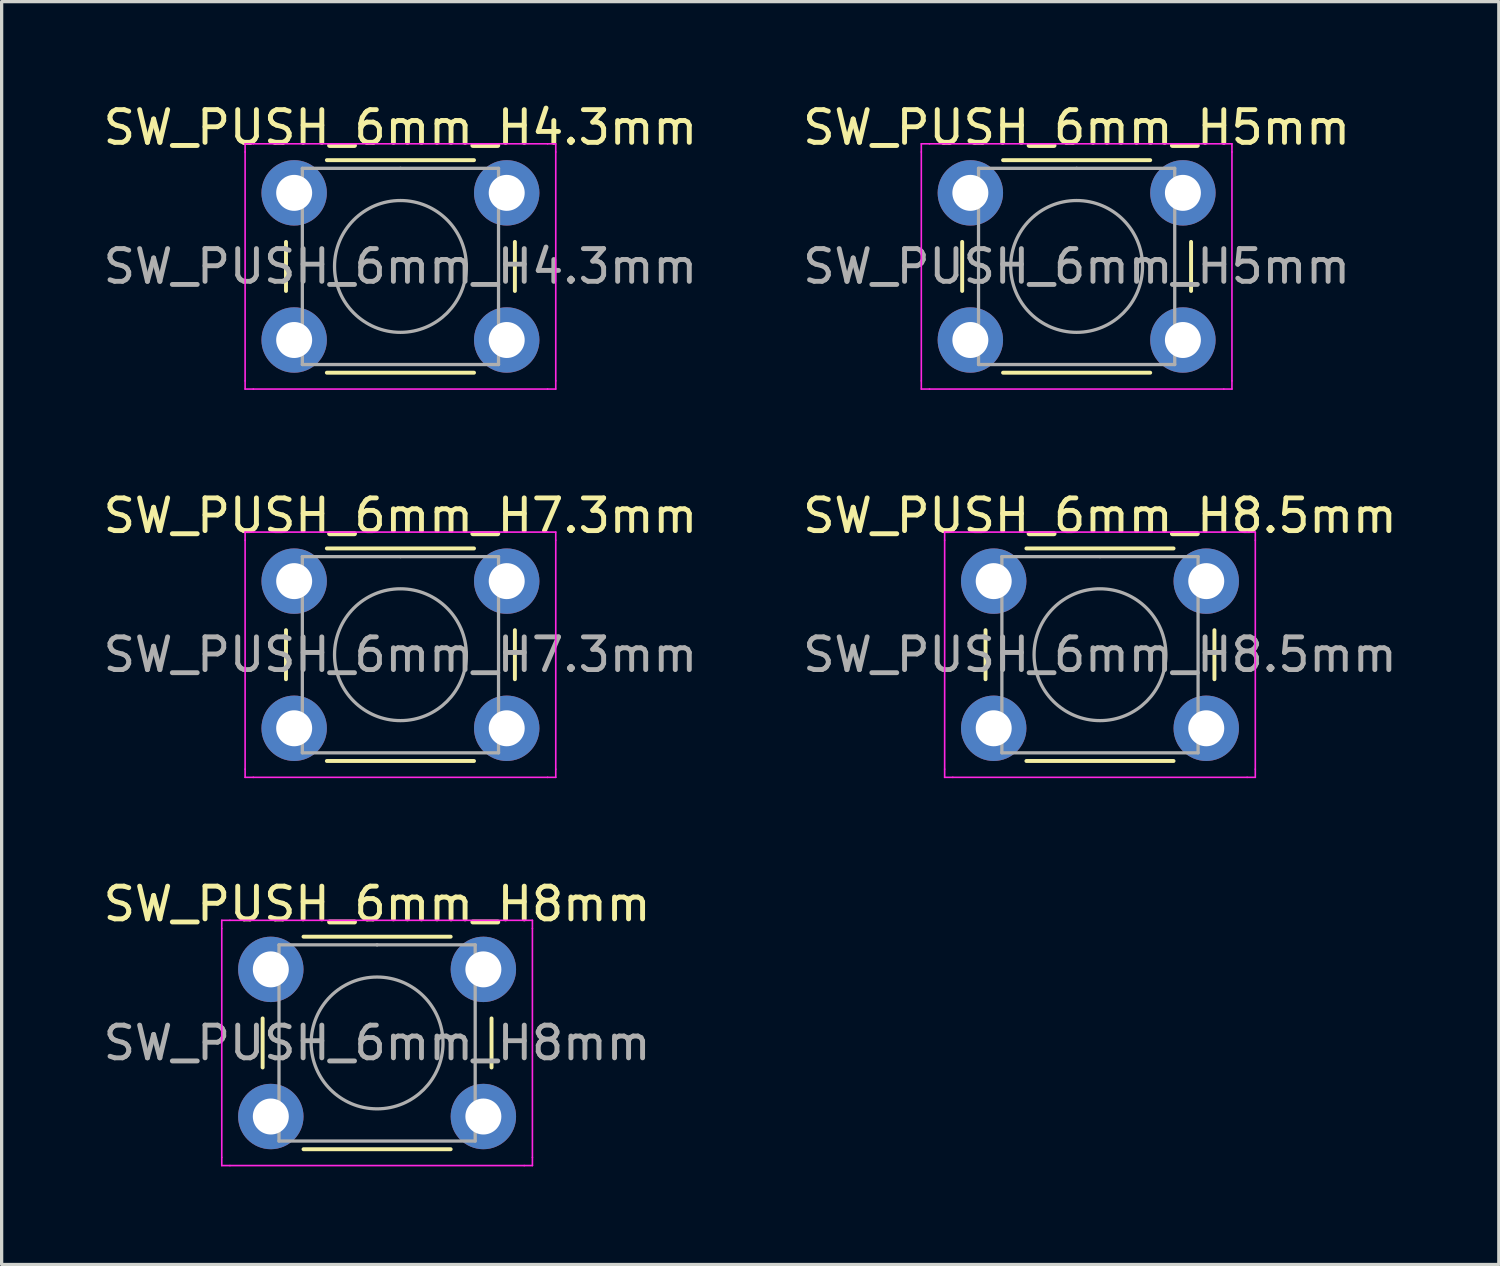
<source format=kicad_pcb>
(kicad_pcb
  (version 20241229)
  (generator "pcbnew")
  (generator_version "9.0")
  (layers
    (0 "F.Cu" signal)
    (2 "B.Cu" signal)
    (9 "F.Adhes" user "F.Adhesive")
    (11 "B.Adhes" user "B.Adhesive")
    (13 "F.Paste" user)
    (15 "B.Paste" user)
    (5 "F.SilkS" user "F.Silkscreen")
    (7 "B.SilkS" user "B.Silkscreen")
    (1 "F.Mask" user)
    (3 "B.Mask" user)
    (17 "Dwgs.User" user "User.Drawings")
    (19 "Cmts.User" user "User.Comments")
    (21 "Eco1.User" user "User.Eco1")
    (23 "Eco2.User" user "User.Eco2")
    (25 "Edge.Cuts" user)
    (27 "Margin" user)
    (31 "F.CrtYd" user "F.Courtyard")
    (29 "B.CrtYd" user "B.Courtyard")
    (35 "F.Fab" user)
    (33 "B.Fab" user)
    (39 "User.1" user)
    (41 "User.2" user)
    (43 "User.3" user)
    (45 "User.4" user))
  (footprint "SW_PUSH_6mm_H4.3mm"
    (layer "F.Cu")
    (at 5.946 2.848)
    (property "Reference" "SW_PUSH_6mm_H4.3mm" (at 3.25 -2 0) (layer "F.SilkS") (effects (font (size 1 1) (thickness 0.15))))
    (attr through_hole)
    (fp_line (start -0.25 1.5) (end -0.25 3) (stroke (width 0.12) (type solid)) (layer "F.SilkS"))
    (fp_line (start 1 5.5) (end 5.5 5.5) (stroke (width 0.12) (type solid)) (layer "F.SilkS"))
    (fp_line (start 5.5 -1) (end 1 -1) (stroke (width 0.12) (type solid)) (layer "F.SilkS"))
    (fp_line (start 6.75 3) (end 6.75 1.5) (stroke (width 0.12) (type solid)) (layer "F.SilkS"))
    (fp_line (start -1.5 -1.5) (end -1.25 -1.5) (stroke (width 0.05) (type solid)) (layer "F.CrtYd"))
    (fp_line (start -1.5 -1.25) (end -1.5 -1.5) (stroke (width 0.05) (type solid)) (layer "F.CrtYd"))
    (fp_line (start -1.5 5.75) (end -1.5 -1.25) (stroke (width 0.05) (type solid)) (layer "F.CrtYd"))
    (fp_line (start -1.5 5.75) (end -1.5 6) (stroke (width 0.05) (type solid)) (layer "F.CrtYd"))
    (fp_line (start -1.5 6) (end -1.25 6) (stroke (width 0.05) (type solid)) (layer "F.CrtYd"))
    (fp_line (start -1.25 -1.5) (end 7.75 -1.5) (stroke (width 0.05) (type solid)) (layer "F.CrtYd"))
    (fp_line (start 7.75 -1.5) (end 8 -1.5) (stroke (width 0.05) (type solid)) (layer "F.CrtYd"))
    (fp_line (start 7.75 6) (end -1.25 6) (stroke (width 0.05) (type solid)) (layer "F.CrtYd"))
    (fp_line (start 7.75 6) (end 8 6) (stroke (width 0.05) (type solid)) (layer "F.CrtYd"))
    (fp_line (start 8 -1.5) (end 8 -1.25) (stroke (width 0.05) (type solid)) (layer "F.CrtYd"))
    (fp_line (start 8 -1.25) (end 8 5.75) (stroke (width 0.05) (type solid)) (layer "F.CrtYd"))
    (fp_line (start 8 6) (end 8 5.75) (stroke (width 0.05) (type solid)) (layer "F.CrtYd"))
    (fp_line (start 0.25 -0.75) (end 3.25 -0.75) (stroke (width 0.1) (type solid)) (layer "F.Fab"))
    (fp_line (start 0.25 5.25) (end 0.25 -0.75) (stroke (width 0.1) (type solid)) (layer "F.Fab"))
    (fp_line (start 3.25 -0.75) (end 6.25 -0.75) (stroke (width 0.1) (type solid)) (layer "F.Fab"))
    (fp_line (start 6.25 -0.75) (end 6.25 5.25) (stroke (width 0.1) (type solid)) (layer "F.Fab"))
    (fp_line (start 6.25 5.25) (end 0.25 5.25) (stroke (width 0.1) (type solid)) (layer "F.Fab"))
    (fp_circle (center 3.25 2.25) (end 1.25 2.5) (stroke (width 0.1) (type solid)) (fill no) (layer "F.Fab"))
    (fp_text user "${REFERENCE}" (at 3.25 2.25 0) (layer "F.Fab") (effects (font (size 1 1) (thickness 0.15))))
    (pad "1" thru_hole circle (at 0 0 90) (size 2 2) (drill 1.1) (layers "*.Cu" "*.Mask"))
    (pad "1" thru_hole circle (at 6.5 0 90) (size 2 2) (drill 1.1) (layers "*.Cu" "*.Mask"))
    (pad "2" thru_hole circle (at 0 4.5 90) (size 2 2) (drill 1.1) (layers "*.Cu" "*.Mask"))
    (pad "2" thru_hole circle (at 6.5 4.5 90) (size 2 2) (drill 1.1) (layers "*.Cu" "*.Mask")))
  (footprint "SW_PUSH_6mm_H8mm"
    (layer "F.Cu")
    (at 5.232 26.595)
    (property "Reference" "SW_PUSH_6mm_H8mm" (at 3.25 -2 0) (layer "F.SilkS") (effects (font (size 1 1) (thickness 0.15))))
    (attr through_hole)
    (fp_line (start -0.25 1.5) (end -0.25 3) (stroke (width 0.12) (type solid)) (layer "F.SilkS"))
    (fp_line (start 1 5.5) (end 5.5 5.5) (stroke (width 0.12) (type solid)) (layer "F.SilkS"))
    (fp_line (start 5.5 -1) (end 1 -1) (stroke (width 0.12) (type solid)) (layer "F.SilkS"))
    (fp_line (start 6.75 3) (end 6.75 1.5) (stroke (width 0.12) (type solid)) (layer "F.SilkS"))
    (fp_line (start -1.5 -1.5) (end -1.25 -1.5) (stroke (width 0.05) (type solid)) (layer "F.CrtYd"))
    (fp_line (start -1.5 -1.25) (end -1.5 -1.5) (stroke (width 0.05) (type solid)) (layer "F.CrtYd"))
    (fp_line (start -1.5 5.75) (end -1.5 -1.25) (stroke (width 0.05) (type solid)) (layer "F.CrtYd"))
    (fp_line (start -1.5 5.75) (end -1.5 6) (stroke (width 0.05) (type solid)) (layer "F.CrtYd"))
    (fp_line (start -1.5 6) (end -1.25 6) (stroke (width 0.05) (type solid)) (layer "F.CrtYd"))
    (fp_line (start -1.25 -1.5) (end 7.75 -1.5) (stroke (width 0.05) (type solid)) (layer "F.CrtYd"))
    (fp_line (start 7.75 -1.5) (end 8 -1.5) (stroke (width 0.05) (type solid)) (layer "F.CrtYd"))
    (fp_line (start 7.75 6) (end -1.25 6) (stroke (width 0.05) (type solid)) (layer "F.CrtYd"))
    (fp_line (start 7.75 6) (end 8 6) (stroke (width 0.05) (type solid)) (layer "F.CrtYd"))
    (fp_line (start 8 -1.5) (end 8 -1.25) (stroke (width 0.05) (type solid)) (layer "F.CrtYd"))
    (fp_line (start 8 -1.25) (end 8 5.75) (stroke (width 0.05) (type solid)) (layer "F.CrtYd"))
    (fp_line (start 8 6) (end 8 5.75) (stroke (width 0.05) (type solid)) (layer "F.CrtYd"))
    (fp_line (start 0.25 -0.75) (end 3.25 -0.75) (stroke (width 0.1) (type solid)) (layer "F.Fab"))
    (fp_line (start 0.25 5.25) (end 0.25 -0.75) (stroke (width 0.1) (type solid)) (layer "F.Fab"))
    (fp_line (start 3.25 -0.75) (end 6.25 -0.75) (stroke (width 0.1) (type solid)) (layer "F.Fab"))
    (fp_line (start 6.25 -0.75) (end 6.25 5.25) (stroke (width 0.1) (type solid)) (layer "F.Fab"))
    (fp_line (start 6.25 5.25) (end 0.25 5.25) (stroke (width 0.1) (type solid)) (layer "F.Fab"))
    (fp_circle (center 3.25 2.25) (end 1.25 2.5) (stroke (width 0.1) (type solid)) (fill no) (layer "F.Fab"))
    (fp_text user "${REFERENCE}" (at 3.25 2.25 0) (layer "F.Fab") (effects (font (size 1 1) (thickness 0.15))))
    (pad "1" thru_hole circle (at 0 0 90) (size 2 2) (drill 1.1) (layers "*.Cu" "*.Mask"))
    (pad "1" thru_hole circle (at 6.5 0 90) (size 2 2) (drill 1.1) (layers "*.Cu" "*.Mask"))
    (pad "2" thru_hole circle (at 0 4.5 90) (size 2 2) (drill 1.1) (layers "*.Cu" "*.Mask"))
    (pad "2" thru_hole circle (at 6.5 4.5 90) (size 2 2) (drill 1.1) (layers "*.Cu" "*.Mask")))
  (footprint "SW_PUSH_6mm_H7.3mm"
    (layer "F.Cu")
    (at 5.946 14.722)
    (property "Reference" "SW_PUSH_6mm_H7.3mm" (at 3.25 -2 0) (layer "F.SilkS") (effects (font (size 1 1) (thickness 0.15))))
    (attr through_hole)
    (fp_line (start -0.25 1.5) (end -0.25 3) (stroke (width 0.12) (type solid)) (layer "F.SilkS"))
    (fp_line (start 1 5.5) (end 5.5 5.5) (stroke (width 0.12) (type solid)) (layer "F.SilkS"))
    (fp_line (start 5.5 -1) (end 1 -1) (stroke (width 0.12) (type solid)) (layer "F.SilkS"))
    (fp_line (start 6.75 3) (end 6.75 1.5) (stroke (width 0.12) (type solid)) (layer "F.SilkS"))
    (fp_line (start -1.5 -1.5) (end -1.25 -1.5) (stroke (width 0.05) (type solid)) (layer "F.CrtYd"))
    (fp_line (start -1.5 -1.25) (end -1.5 -1.5) (stroke (width 0.05) (type solid)) (layer "F.CrtYd"))
    (fp_line (start -1.5 5.75) (end -1.5 -1.25) (stroke (width 0.05) (type solid)) (layer "F.CrtYd"))
    (fp_line (start -1.5 5.75) (end -1.5 6) (stroke (width 0.05) (type solid)) (layer "F.CrtYd"))
    (fp_line (start -1.5 6) (end -1.25 6) (stroke (width 0.05) (type solid)) (layer "F.CrtYd"))
    (fp_line (start -1.25 -1.5) (end 7.75 -1.5) (stroke (width 0.05) (type solid)) (layer "F.CrtYd"))
    (fp_line (start 7.75 -1.5) (end 8 -1.5) (stroke (width 0.05) (type solid)) (layer "F.CrtYd"))
    (fp_line (start 7.75 6) (end -1.25 6) (stroke (width 0.05) (type solid)) (layer "F.CrtYd"))
    (fp_line (start 7.75 6) (end 8 6) (stroke (width 0.05) (type solid)) (layer "F.CrtYd"))
    (fp_line (start 8 -1.5) (end 8 -1.25) (stroke (width 0.05) (type solid)) (layer "F.CrtYd"))
    (fp_line (start 8 -1.25) (end 8 5.75) (stroke (width 0.05) (type solid)) (layer "F.CrtYd"))
    (fp_line (start 8 6) (end 8 5.75) (stroke (width 0.05) (type solid)) (layer "F.CrtYd"))
    (fp_line (start 0.25 -0.75) (end 3.25 -0.75) (stroke (width 0.1) (type solid)) (layer "F.Fab"))
    (fp_line (start 0.25 5.25) (end 0.25 -0.75) (stroke (width 0.1) (type solid)) (layer "F.Fab"))
    (fp_line (start 3.25 -0.75) (end 6.25 -0.75) (stroke (width 0.1) (type solid)) (layer "F.Fab"))
    (fp_line (start 6.25 -0.75) (end 6.25 5.25) (stroke (width 0.1) (type solid)) (layer "F.Fab"))
    (fp_line (start 6.25 5.25) (end 0.25 5.25) (stroke (width 0.1) (type solid)) (layer "F.Fab"))
    (fp_circle (center 3.25 2.25) (end 1.25 2.5) (stroke (width 0.1) (type solid)) (fill no) (layer "F.Fab"))
    (fp_text user "${REFERENCE}" (at 3.25 2.25 0) (layer "F.Fab") (effects (font (size 1 1) (thickness 0.15))))
    (pad "1" thru_hole circle (at 0 0 90) (size 2 2) (drill 1.1) (layers "*.Cu" "*.Mask"))
    (pad "1" thru_hole circle (at 6.5 0 90) (size 2 2) (drill 1.1) (layers "*.Cu" "*.Mask"))
    (pad "2" thru_hole circle (at 0 4.5 90) (size 2 2) (drill 1.1) (layers "*.Cu" "*.Mask"))
    (pad "2" thru_hole circle (at 6.5 4.5 90) (size 2 2) (drill 1.1) (layers "*.Cu" "*.Mask")))
  (footprint "SW_PUSH_6mm_H5mm"
    (layer "F.Cu")
    (at 26.625 2.848)
    (property "Reference" "SW_PUSH_6mm_H5mm" (at 3.25 -2 0) (layer "F.SilkS") (effects (font (size 1 1) (thickness 0.15))))
    (attr through_hole)
    (fp_line (start -0.25 1.5) (end -0.25 3) (stroke (width 0.12) (type solid)) (layer "F.SilkS"))
    (fp_line (start 1 5.5) (end 5.5 5.5) (stroke (width 0.12) (type solid)) (layer "F.SilkS"))
    (fp_line (start 5.5 -1) (end 1 -1) (stroke (width 0.12) (type solid)) (layer "F.SilkS"))
    (fp_line (start 6.75 3) (end 6.75 1.5) (stroke (width 0.12) (type solid)) (layer "F.SilkS"))
    (fp_line (start -1.5 -1.5) (end -1.25 -1.5) (stroke (width 0.05) (type solid)) (layer "F.CrtYd"))
    (fp_line (start -1.5 -1.25) (end -1.5 -1.5) (stroke (width 0.05) (type solid)) (layer "F.CrtYd"))
    (fp_line (start -1.5 5.75) (end -1.5 -1.25) (stroke (width 0.05) (type solid)) (layer "F.CrtYd"))
    (fp_line (start -1.5 5.75) (end -1.5 6) (stroke (width 0.05) (type solid)) (layer "F.CrtYd"))
    (fp_line (start -1.5 6) (end -1.25 6) (stroke (width 0.05) (type solid)) (layer "F.CrtYd"))
    (fp_line (start -1.25 -1.5) (end 7.75 -1.5) (stroke (width 0.05) (type solid)) (layer "F.CrtYd"))
    (fp_line (start 7.75 -1.5) (end 8 -1.5) (stroke (width 0.05) (type solid)) (layer "F.CrtYd"))
    (fp_line (start 7.75 6) (end -1.25 6) (stroke (width 0.05) (type solid)) (layer "F.CrtYd"))
    (fp_line (start 7.75 6) (end 8 6) (stroke (width 0.05) (type solid)) (layer "F.CrtYd"))
    (fp_line (start 8 -1.5) (end 8 -1.25) (stroke (width 0.05) (type solid)) (layer "F.CrtYd"))
    (fp_line (start 8 -1.25) (end 8 5.75) (stroke (width 0.05) (type solid)) (layer "F.CrtYd"))
    (fp_line (start 8 6) (end 8 5.75) (stroke (width 0.05) (type solid)) (layer "F.CrtYd"))
    (fp_line (start 0.25 -0.75) (end 3.25 -0.75) (stroke (width 0.1) (type solid)) (layer "F.Fab"))
    (fp_line (start 0.25 5.25) (end 0.25 -0.75) (stroke (width 0.1) (type solid)) (layer "F.Fab"))
    (fp_line (start 3.25 -0.75) (end 6.25 -0.75) (stroke (width 0.1) (type solid)) (layer "F.Fab"))
    (fp_line (start 6.25 -0.75) (end 6.25 5.25) (stroke (width 0.1) (type solid)) (layer "F.Fab"))
    (fp_line (start 6.25 5.25) (end 0.25 5.25) (stroke (width 0.1) (type solid)) (layer "F.Fab"))
    (fp_circle (center 3.25 2.25) (end 1.25 2.5) (stroke (width 0.1) (type solid)) (fill no) (layer "F.Fab"))
    (fp_text user "${REFERENCE}" (at 3.25 2.25 0) (layer "F.Fab") (effects (font (size 1 1) (thickness 0.15))))
    (pad "1" thru_hole circle (at 0 0 90) (size 2 2) (drill 1.1) (layers "*.Cu" "*.Mask"))
    (pad "1" thru_hole circle (at 6.5 0 90) (size 2 2) (drill 1.1) (layers "*.Cu" "*.Mask"))
    (pad "2" thru_hole circle (at 0 4.5 90) (size 2 2) (drill 1.1) (layers "*.Cu" "*.Mask"))
    (pad "2" thru_hole circle (at 6.5 4.5 90) (size 2 2) (drill 1.1) (layers "*.Cu" "*.Mask")))
  (footprint "SW_PUSH_6mm_H8.5mm"
    (layer "F.Cu")
    (at 27.339 14.722)
    (property "Reference" "SW_PUSH_6mm_H8.5mm" (at 3.25 -2 0) (layer "F.SilkS") (effects (font (size 1 1) (thickness 0.15))))
    (attr through_hole)
    (fp_line (start -0.25 1.5) (end -0.25 3) (stroke (width 0.12) (type solid)) (layer "F.SilkS"))
    (fp_line (start 1 5.5) (end 5.5 5.5) (stroke (width 0.12) (type solid)) (layer "F.SilkS"))
    (fp_line (start 5.5 -1) (end 1 -1) (stroke (width 0.12) (type solid)) (layer "F.SilkS"))
    (fp_line (start 6.75 3) (end 6.75 1.5) (stroke (width 0.12) (type solid)) (layer "F.SilkS"))
    (fp_line (start -1.5 -1.5) (end -1.25 -1.5) (stroke (width 0.05) (type solid)) (layer "F.CrtYd"))
    (fp_line (start -1.5 -1.25) (end -1.5 -1.5) (stroke (width 0.05) (type solid)) (layer "F.CrtYd"))
    (fp_line (start -1.5 5.75) (end -1.5 -1.25) (stroke (width 0.05) (type solid)) (layer "F.CrtYd"))
    (fp_line (start -1.5 5.75) (end -1.5 6) (stroke (width 0.05) (type solid)) (layer "F.CrtYd"))
    (fp_line (start -1.5 6) (end -1.25 6) (stroke (width 0.05) (type solid)) (layer "F.CrtYd"))
    (fp_line (start -1.25 -1.5) (end 7.75 -1.5) (stroke (width 0.05) (type solid)) (layer "F.CrtYd"))
    (fp_line (start 7.75 -1.5) (end 8 -1.5) (stroke (width 0.05) (type solid)) (layer "F.CrtYd"))
    (fp_line (start 7.75 6) (end -1.25 6) (stroke (width 0.05) (type solid)) (layer "F.CrtYd"))
    (fp_line (start 7.75 6) (end 8 6) (stroke (width 0.05) (type solid)) (layer "F.CrtYd"))
    (fp_line (start 8 -1.5) (end 8 -1.25) (stroke (width 0.05) (type solid)) (layer "F.CrtYd"))
    (fp_line (start 8 -1.25) (end 8 5.75) (stroke (width 0.05) (type solid)) (layer "F.CrtYd"))
    (fp_line (start 8 6) (end 8 5.75) (stroke (width 0.05) (type solid)) (layer "F.CrtYd"))
    (fp_line (start 0.25 -0.75) (end 3.25 -0.75) (stroke (width 0.1) (type solid)) (layer "F.Fab"))
    (fp_line (start 0.25 5.25) (end 0.25 -0.75) (stroke (width 0.1) (type solid)) (layer "F.Fab"))
    (fp_line (start 3.25 -0.75) (end 6.25 -0.75) (stroke (width 0.1) (type solid)) (layer "F.Fab"))
    (fp_line (start 6.25 -0.75) (end 6.25 5.25) (stroke (width 0.1) (type solid)) (layer "F.Fab"))
    (fp_line (start 6.25 5.25) (end 0.25 5.25) (stroke (width 0.1) (type solid)) (layer "F.Fab"))
    (fp_circle (center 3.25 2.25) (end 1.25 2.5) (stroke (width 0.1) (type solid)) (fill no) (layer "F.Fab"))
    (fp_text user "${REFERENCE}" (at 3.25 2.25 0) (layer "F.Fab") (effects (font (size 1 1) (thickness 0.15))))
    (pad "1" thru_hole circle (at 0 0 90) (size 2 2) (drill 1.1) (layers "*.Cu" "*.Mask"))
    (pad "1" thru_hole circle (at 6.5 0 90) (size 2 2) (drill 1.1) (layers "*.Cu" "*.Mask"))
    (pad "2" thru_hole circle (at 0 4.5 90) (size 2 2) (drill 1.1) (layers "*.Cu" "*.Mask"))
    (pad "2" thru_hole circle (at 6.5 4.5 90) (size 2 2) (drill 1.1) (layers "*.Cu" "*.Mask")))
  (gr_rect
    (start -3 -3)
    (end 42.786 35.62)
    (stroke (width 0.1) (type default))
    (fill no)
    (layer "Edge.Cuts")))
</source>
